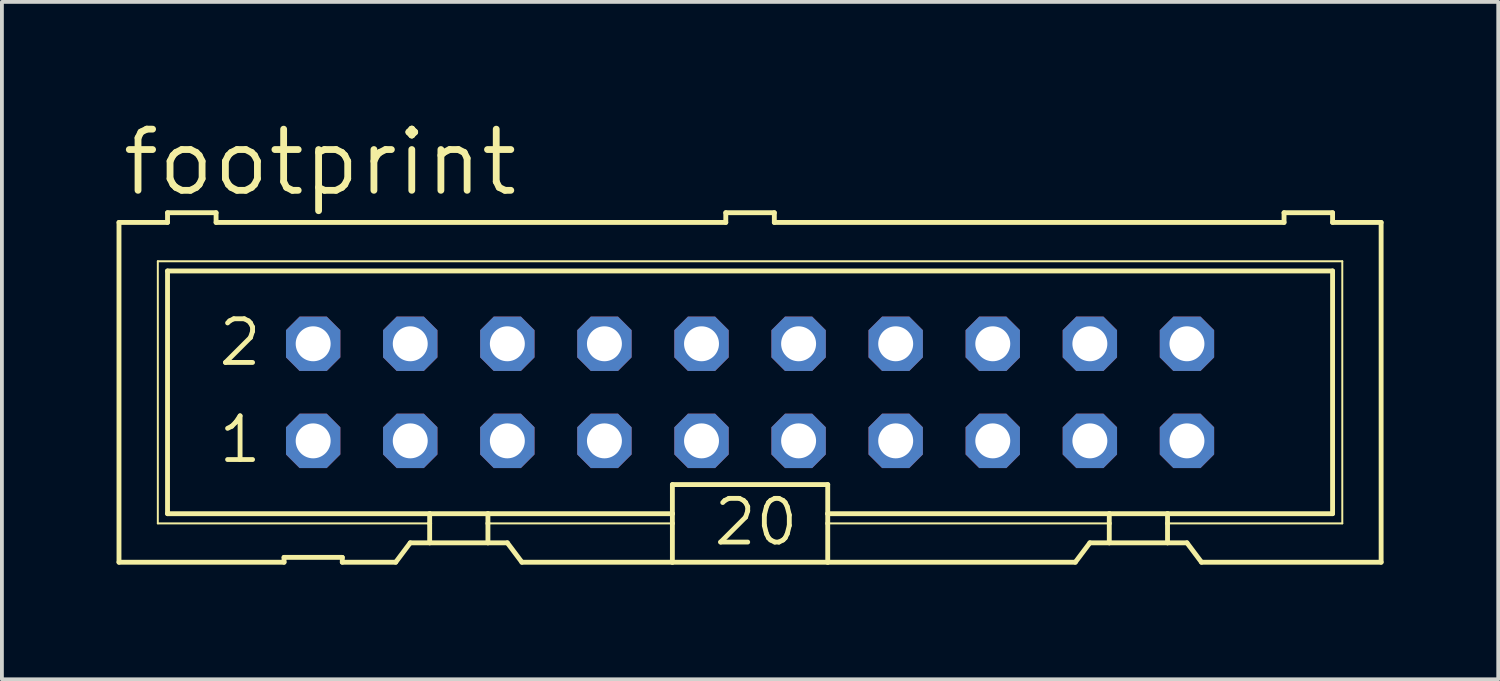
<source format=kicad_pcb>
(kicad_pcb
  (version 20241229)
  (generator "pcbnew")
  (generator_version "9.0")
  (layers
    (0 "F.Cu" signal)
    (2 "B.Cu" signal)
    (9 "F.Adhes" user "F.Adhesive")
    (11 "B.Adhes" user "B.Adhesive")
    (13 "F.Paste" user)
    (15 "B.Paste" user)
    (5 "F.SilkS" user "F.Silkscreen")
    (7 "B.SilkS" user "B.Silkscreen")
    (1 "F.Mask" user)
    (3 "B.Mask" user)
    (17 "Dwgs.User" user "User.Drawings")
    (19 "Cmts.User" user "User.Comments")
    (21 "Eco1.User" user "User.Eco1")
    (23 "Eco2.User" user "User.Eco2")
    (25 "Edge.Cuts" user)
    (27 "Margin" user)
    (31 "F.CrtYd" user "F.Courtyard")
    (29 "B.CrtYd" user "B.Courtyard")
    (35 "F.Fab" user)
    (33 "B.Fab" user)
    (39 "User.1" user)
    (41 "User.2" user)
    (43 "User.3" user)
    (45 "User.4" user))
  (footprint "footprint"
    (layer "F.Cu")
    (at 16.573 7.214)
    (property "Reference" "footprint" (at -16.51 -5.08 0) (layer "F.SilkS") (effects (font (size 1.6 1.6) (thickness 0.178)) (justify left bottom)))
    (fp_line (start -16.51 -4.445) (end -16.51 4.445) (stroke (width 0.127) (type solid)) (layer "F.SilkS"))
    (fp_line (start -16.51 -4.445) (end -15.24 -4.445) (stroke (width 0.127) (type solid)) (layer "F.SilkS"))
    (fp_line (start -16.51 4.445) (end -12.192 4.445) (stroke (width 0.127) (type solid)) (layer "F.SilkS"))
    (fp_line (start -15.494 -3.429) (end -15.494 3.429) (stroke (width 0.051) (type solid)) (layer "F.SilkS"))
    (fp_line (start -15.494 3.429) (end -8.382 3.429) (stroke (width 0.051) (type solid)) (layer "F.SilkS"))
    (fp_line (start -15.24 -4.699) (end -15.24 -4.445) (stroke (width 0.127) (type solid)) (layer "F.SilkS"))
    (fp_line (start -15.24 -3.175) (end -15.24 3.175) (stroke (width 0.127) (type solid)) (layer "F.SilkS"))
    (fp_line (start -15.24 -3.175) (end 15.24 -3.175) (stroke (width 0.127) (type solid)) (layer "F.SilkS"))
    (fp_line (start -13.97 -4.699) (end -15.24 -4.699) (stroke (width 0.127) (type solid)) (layer "F.SilkS"))
    (fp_line (start -13.97 -4.699) (end -13.97 -4.445) (stroke (width 0.127) (type solid)) (layer "F.SilkS"))
    (fp_line (start -13.97 -4.445) (end -0.635 -4.445) (stroke (width 0.127) (type solid)) (layer "F.SilkS"))
    (fp_line (start -12.192 4.318) (end -12.192 4.445) (stroke (width 0.127) (type solid)) (layer "F.SilkS"))
    (fp_line (start -12.192 4.318) (end -10.668 4.318) (stroke (width 0.127) (type solid)) (layer "F.SilkS"))
    (fp_line (start -10.668 4.445) (end -10.668 4.318) (stroke (width 0.127) (type solid)) (layer "F.SilkS"))
    (fp_line (start -10.668 4.445) (end -9.271 4.445) (stroke (width 0.127) (type solid)) (layer "F.SilkS"))
    (fp_line (start -9.271 4.445) (end -8.89 3.937) (stroke (width 0.127) (type solid)) (layer "F.SilkS"))
    (fp_line (start -8.382 3.175) (end -15.24 3.175) (stroke (width 0.127) (type solid)) (layer "F.SilkS"))
    (fp_line (start -8.382 3.175) (end -8.382 3.429) (stroke (width 0.127) (type solid)) (layer "F.SilkS"))
    (fp_line (start -8.382 3.429) (end -8.382 3.937) (stroke (width 0.127) (type solid)) (layer "F.SilkS"))
    (fp_line (start -8.382 3.937) (end -8.89 3.937) (stroke (width 0.127) (type solid)) (layer "F.SilkS"))
    (fp_line (start -6.858 3.175) (end -8.382 3.175) (stroke (width 0.127) (type solid)) (layer "F.SilkS"))
    (fp_line (start -6.858 3.175) (end -6.858 3.429) (stroke (width 0.127) (type solid)) (layer "F.SilkS"))
    (fp_line (start -6.858 3.429) (end -6.858 3.937) (stroke (width 0.127) (type solid)) (layer "F.SilkS"))
    (fp_line (start -6.858 3.429) (end -2.032 3.429) (stroke (width 0.051) (type solid)) (layer "F.SilkS"))
    (fp_line (start -6.858 3.937) (end -8.382 3.937) (stroke (width 0.127) (type solid)) (layer "F.SilkS"))
    (fp_line (start -6.35 3.937) (end -6.858 3.937) (stroke (width 0.127) (type solid)) (layer "F.SilkS"))
    (fp_line (start -6.35 3.937) (end -5.969 4.445) (stroke (width 0.127) (type solid)) (layer "F.SilkS"))
    (fp_line (start -5.969 4.445) (end -2.032 4.445) (stroke (width 0.127) (type solid)) (layer "F.SilkS"))
    (fp_line (start -2.032 3.175) (end -6.858 3.175) (stroke (width 0.127) (type solid)) (layer "F.SilkS"))
    (fp_line (start -2.032 3.175) (end -2.032 2.413) (stroke (width 0.127) (type solid)) (layer "F.SilkS"))
    (fp_line (start -2.032 3.175) (end -2.032 3.429) (stroke (width 0.127) (type solid)) (layer "F.SilkS"))
    (fp_line (start -2.032 3.429) (end -2.032 4.445) (stroke (width 0.127) (type solid)) (layer "F.SilkS"))
    (fp_line (start -0.635 -4.699) (end -0.635 -4.445) (stroke (width 0.127) (type solid)) (layer "F.SilkS"))
    (fp_line (start 0.635 -4.699) (end -0.635 -4.699) (stroke (width 0.127) (type solid)) (layer "F.SilkS"))
    (fp_line (start 0.635 -4.699) (end 0.635 -4.445) (stroke (width 0.127) (type solid)) (layer "F.SilkS"))
    (fp_line (start 0.635 -4.445) (end 13.97 -4.445) (stroke (width 0.127) (type solid)) (layer "F.SilkS"))
    (fp_line (start 2.032 2.413) (end -2.032 2.413) (stroke (width 0.127) (type solid)) (layer "F.SilkS"))
    (fp_line (start 2.032 2.413) (end 2.032 3.175) (stroke (width 0.127) (type solid)) (layer "F.SilkS"))
    (fp_line (start 2.032 3.175) (end 2.032 3.429) (stroke (width 0.127) (type solid)) (layer "F.SilkS"))
    (fp_line (start 2.032 3.429) (end 2.032 4.445) (stroke (width 0.127) (type solid)) (layer "F.SilkS"))
    (fp_line (start 2.032 4.445) (end -2.032 4.445) (stroke (width 0.127) (type solid)) (layer "F.SilkS"))
    (fp_line (start 8.509 4.445) (end 2.032 4.445) (stroke (width 0.127) (type solid)) (layer "F.SilkS"))
    (fp_line (start 8.509 4.445) (end 8.89 3.937) (stroke (width 0.127) (type solid)) (layer "F.SilkS"))
    (fp_line (start 9.398 3.175) (end 2.032 3.175) (stroke (width 0.127) (type solid)) (layer "F.SilkS"))
    (fp_line (start 9.398 3.175) (end 9.398 3.429) (stroke (width 0.127) (type solid)) (layer "F.SilkS"))
    (fp_line (start 9.398 3.429) (end 2.032 3.429) (stroke (width 0.051) (type solid)) (layer "F.SilkS"))
    (fp_line (start 9.398 3.429) (end 9.398 3.937) (stroke (width 0.127) (type solid)) (layer "F.SilkS"))
    (fp_line (start 9.398 3.937) (end 8.89 3.937) (stroke (width 0.127) (type solid)) (layer "F.SilkS"))
    (fp_line (start 10.922 3.175) (end 9.398 3.175) (stroke (width 0.127) (type solid)) (layer "F.SilkS"))
    (fp_line (start 10.922 3.175) (end 10.922 3.429) (stroke (width 0.127) (type solid)) (layer "F.SilkS"))
    (fp_line (start 10.922 3.429) (end 10.922 3.937) (stroke (width 0.127) (type solid)) (layer "F.SilkS"))
    (fp_line (start 10.922 3.429) (end 15.494 3.429) (stroke (width 0.051) (type solid)) (layer "F.SilkS"))
    (fp_line (start 10.922 3.937) (end 9.398 3.937) (stroke (width 0.127) (type solid)) (layer "F.SilkS"))
    (fp_line (start 11.43 3.937) (end 10.922 3.937) (stroke (width 0.127) (type solid)) (layer "F.SilkS"))
    (fp_line (start 11.43 3.937) (end 11.811 4.445) (stroke (width 0.127) (type solid)) (layer "F.SilkS"))
    (fp_line (start 13.97 -4.445) (end 13.97 -4.699) (stroke (width 0.127) (type solid)) (layer "F.SilkS"))
    (fp_line (start 15.24 -4.699) (end 13.97 -4.699) (stroke (width 0.127) (type solid)) (layer "F.SilkS"))
    (fp_line (start 15.24 -4.445) (end 15.24 -4.699) (stroke (width 0.127) (type solid)) (layer "F.SilkS"))
    (fp_line (start 15.24 -4.445) (end 16.51 -4.445) (stroke (width 0.127) (type solid)) (layer "F.SilkS"))
    (fp_line (start 15.24 3.175) (end 10.922 3.175) (stroke (width 0.127) (type solid)) (layer "F.SilkS"))
    (fp_line (start 15.24 3.175) (end 15.24 -3.175) (stroke (width 0.127) (type solid)) (layer "F.SilkS"))
    (fp_line (start 15.494 -3.429) (end -15.494 -3.429) (stroke (width 0.051) (type solid)) (layer "F.SilkS"))
    (fp_line (start 15.494 3.429) (end 15.494 -3.429) (stroke (width 0.051) (type solid)) (layer "F.SilkS"))
    (fp_line (start 16.51 4.445) (end 11.811 4.445) (stroke (width 0.127) (type solid)) (layer "F.SilkS"))
    (fp_line (start 16.51 4.445) (end 16.51 -4.445) (stroke (width 0.127) (type solid)) (layer "F.SilkS"))
    (fp_poly (pts (xy -11.684 -1.016) (xy -11.176 -1.016) (xy -11.176 -1.524) (xy -11.684 -1.524)) (stroke (width 0.1) (type solid)) (fill no) (layer "F.Fab"))
    (fp_poly (pts (xy -11.684 1.524) (xy -11.176 1.524) (xy -11.176 1.016) (xy -11.684 1.016)) (stroke (width 0.1) (type solid)) (fill no) (layer "F.Fab"))
    (fp_poly (pts (xy -9.144 -1.016) (xy -8.636 -1.016) (xy -8.636 -1.524) (xy -9.144 -1.524)) (stroke (width 0.1) (type solid)) (fill no) (layer "F.Fab"))
    (fp_poly (pts (xy -9.144 1.524) (xy -8.636 1.524) (xy -8.636 1.016) (xy -9.144 1.016)) (stroke (width 0.1) (type solid)) (fill no) (layer "F.Fab"))
    (fp_poly (pts (xy -6.604 -1.016) (xy -6.096 -1.016) (xy -6.096 -1.524) (xy -6.604 -1.524)) (stroke (width 0.1) (type solid)) (fill no) (layer "F.Fab"))
    (fp_poly (pts (xy -6.604 1.524) (xy -6.096 1.524) (xy -6.096 1.016) (xy -6.604 1.016)) (stroke (width 0.1) (type solid)) (fill no) (layer "F.Fab"))
    (fp_poly (pts (xy -4.064 -1.016) (xy -3.556 -1.016) (xy -3.556 -1.524) (xy -4.064 -1.524)) (stroke (width 0.1) (type solid)) (fill no) (layer "F.Fab"))
    (fp_poly (pts (xy -4.064 1.524) (xy -3.556 1.524) (xy -3.556 1.016) (xy -4.064 1.016)) (stroke (width 0.1) (type solid)) (fill no) (layer "F.Fab"))
    (fp_poly (pts (xy -1.524 -1.016) (xy -1.016 -1.016) (xy -1.016 -1.524) (xy -1.524 -1.524)) (stroke (width 0.1) (type solid)) (fill no) (layer "F.Fab"))
    (fp_poly (pts (xy -1.524 1.524) (xy -1.016 1.524) (xy -1.016 1.016) (xy -1.524 1.016)) (stroke (width 0.1) (type solid)) (fill no) (layer "F.Fab"))
    (fp_poly (pts (xy 1.016 -1.016) (xy 1.524 -1.016) (xy 1.524 -1.524) (xy 1.016 -1.524)) (stroke (width 0.1) (type solid)) (fill no) (layer "F.Fab"))
    (fp_poly (pts (xy 1.016 1.524) (xy 1.524 1.524) (xy 1.524 1.016) (xy 1.016 1.016)) (stroke (width 0.1) (type solid)) (fill no) (layer "F.Fab"))
    (fp_poly (pts (xy 3.556 -1.016) (xy 4.064 -1.016) (xy 4.064 -1.524) (xy 3.556 -1.524)) (stroke (width 0.1) (type solid)) (fill no) (layer "F.Fab"))
    (fp_poly (pts (xy 3.556 1.524) (xy 4.064 1.524) (xy 4.064 1.016) (xy 3.556 1.016)) (stroke (width 0.1) (type solid)) (fill no) (layer "F.Fab"))
    (fp_poly (pts (xy 6.096 -1.016) (xy 6.604 -1.016) (xy 6.604 -1.524) (xy 6.096 -1.524)) (stroke (width 0.1) (type solid)) (fill no) (layer "F.Fab"))
    (fp_poly (pts (xy 6.096 1.524) (xy 6.604 1.524) (xy 6.604 1.016) (xy 6.096 1.016)) (stroke (width 0.1) (type solid)) (fill no) (layer "F.Fab"))
    (fp_poly (pts (xy 8.636 -1.016) (xy 9.144 -1.016) (xy 9.144 -1.524) (xy 8.636 -1.524)) (stroke (width 0.1) (type solid)) (fill no) (layer "F.Fab"))
    (fp_poly (pts (xy 8.636 1.524) (xy 9.144 1.524) (xy 9.144 1.016) (xy 8.636 1.016)) (stroke (width 0.1) (type solid)) (fill no) (layer "F.Fab"))
    (fp_poly (pts (xy 11.176 -1.016) (xy 11.684 -1.016) (xy 11.684 -1.524) (xy 11.176 -1.524)) (stroke (width 0.1) (type solid)) (fill no) (layer "F.Fab"))
    (fp_poly (pts (xy 11.176 1.524) (xy 11.684 1.524) (xy 11.684 1.016) (xy 11.176 1.016)) (stroke (width 0.1) (type solid)) (fill no) (layer "F.Fab"))
    (fp_text user "1" (at -13.97 1.905 0) (layer "F.SilkS") (effects (font (size 1.143 1.143) (thickness 0.127)) (justify left bottom)))
    (fp_text user "2" (at -13.97 -0.635 0) (layer "F.SilkS") (effects (font (size 1.143 1.143) (thickness 0.127)) (justify left bottom)))
    (fp_text user "20" (at -1.016 4.064 0) (layer "F.SilkS") (effects (font (size 1.143 1.143) (thickness 0.127)) (justify left bottom)))
    (pad "1" thru_hole roundrect (at -11.43 1.27) (size 1.422 1.422) (drill 0.914) (layers "*.Cu" "*.Mask") (roundrect_rratio 0.25) (chamfer_ratio 0.25) (chamfer top_left top_right bottom_left bottom_right))
    (pad "2" thru_hole roundrect (at -11.43 -1.27) (size 1.422 1.422) (drill 0.914) (layers "*.Cu" "*.Mask") (roundrect_rratio 0.25) (chamfer_ratio 0.25) (chamfer top_left top_right bottom_left bottom_right))
    (pad "3" thru_hole roundrect (at -8.89 1.27) (size 1.422 1.422) (drill 0.914) (layers "*.Cu" "*.Mask") (roundrect_rratio 0.25) (chamfer_ratio 0.25) (chamfer top_left top_right bottom_left bottom_right))
    (pad "4" thru_hole roundrect (at -8.89 -1.27) (size 1.422 1.422) (drill 0.914) (layers "*.Cu" "*.Mask") (roundrect_rratio 0.25) (chamfer_ratio 0.25) (chamfer top_left top_right bottom_left bottom_right))
    (pad "5" thru_hole roundrect (at -6.35 1.27) (size 1.422 1.422) (drill 0.914) (layers "*.Cu" "*.Mask") (roundrect_rratio 0.25) (chamfer_ratio 0.25) (chamfer top_left top_right bottom_left bottom_right))
    (pad "6" thru_hole roundrect (at -6.35 -1.27) (size 1.422 1.422) (drill 0.914) (layers "*.Cu" "*.Mask") (roundrect_rratio 0.25) (chamfer_ratio 0.25) (chamfer top_left top_right bottom_left bottom_right))
    (pad "7" thru_hole roundrect (at -3.81 1.27) (size 1.422 1.422) (drill 0.914) (layers "*.Cu" "*.Mask") (roundrect_rratio 0.25) (chamfer_ratio 0.25) (chamfer top_left top_right bottom_left bottom_right))
    (pad "8" thru_hole roundrect (at -3.81 -1.27) (size 1.422 1.422) (drill 0.914) (layers "*.Cu" "*.Mask") (roundrect_rratio 0.25) (chamfer_ratio 0.25) (chamfer top_left top_right bottom_left bottom_right))
    (pad "9" thru_hole roundrect (at -1.27 1.27) (size 1.422 1.422) (drill 0.914) (layers "*.Cu" "*.Mask") (roundrect_rratio 0.25) (chamfer_ratio 0.25) (chamfer top_left top_right bottom_left bottom_right))
    (pad "10" thru_hole roundrect (at -1.27 -1.27) (size 1.422 1.422) (drill 0.914) (layers "*.Cu" "*.Mask") (roundrect_rratio 0.25) (chamfer_ratio 0.25) (chamfer top_left top_right bottom_left bottom_right))
    (pad "11" thru_hole roundrect (at 1.27 1.27) (size 1.422 1.422) (drill 0.914) (layers "*.Cu" "*.Mask") (roundrect_rratio 0.25) (chamfer_ratio 0.25) (chamfer top_left top_right bottom_left bottom_right))
    (pad "12" thru_hole roundrect (at 1.27 -1.27) (size 1.422 1.422) (drill 0.914) (layers "*.Cu" "*.Mask") (roundrect_rratio 0.25) (chamfer_ratio 0.25) (chamfer top_left top_right bottom_left bottom_right))
    (pad "13" thru_hole roundrect (at 3.81 1.27) (size 1.422 1.422) (drill 0.914) (layers "*.Cu" "*.Mask") (roundrect_rratio 0.25) (chamfer_ratio 0.25) (chamfer top_left top_right bottom_left bottom_right))
    (pad "14" thru_hole roundrect (at 3.81 -1.27) (size 1.422 1.422) (drill 0.914) (layers "*.Cu" "*.Mask") (roundrect_rratio 0.25) (chamfer_ratio 0.25) (chamfer top_left top_right bottom_left bottom_right))
    (pad "15" thru_hole roundrect (at 6.35 1.27) (size 1.422 1.422) (drill 0.914) (layers "*.Cu" "*.Mask") (roundrect_rratio 0.25) (chamfer_ratio 0.25) (chamfer top_left top_right bottom_left bottom_right))
    (pad "16" thru_hole roundrect (at 6.35 -1.27) (size 1.422 1.422) (drill 0.914) (layers "*.Cu" "*.Mask") (roundrect_rratio 0.25) (chamfer_ratio 0.25) (chamfer top_left top_right bottom_left bottom_right))
    (pad "17" thru_hole roundrect (at 8.89 1.27) (size 1.422 1.422) (drill 0.914) (layers "*.Cu" "*.Mask") (roundrect_rratio 0.25) (chamfer_ratio 0.25) (chamfer top_left top_right bottom_left bottom_right))
    (pad "18" thru_hole roundrect (at 8.89 -1.27) (size 1.422 1.422) (drill 0.914) (layers "*.Cu" "*.Mask") (roundrect_rratio 0.25) (chamfer_ratio 0.25) (chamfer top_left top_right bottom_left bottom_right))
    (pad "19" thru_hole roundrect (at 11.43 1.27) (size 1.422 1.422) (drill 0.914) (layers "*.Cu" "*.Mask") (roundrect_rratio 0.25) (chamfer_ratio 0.25) (chamfer top_left top_right bottom_left bottom_right))
    (pad "20" thru_hole roundrect (at 11.43 -1.27) (size 1.422 1.422) (drill 0.914) (layers "*.Cu" "*.Mask") (roundrect_rratio 0.25) (chamfer_ratio 0.25) (chamfer top_left top_right bottom_left bottom_right)))
  (gr_rect
    (start -3 -3)
    (end 36.147 14.722)
    (stroke (width 0.1) (type default))
    (fill no)
    (layer "Edge.Cuts")))
</source>
